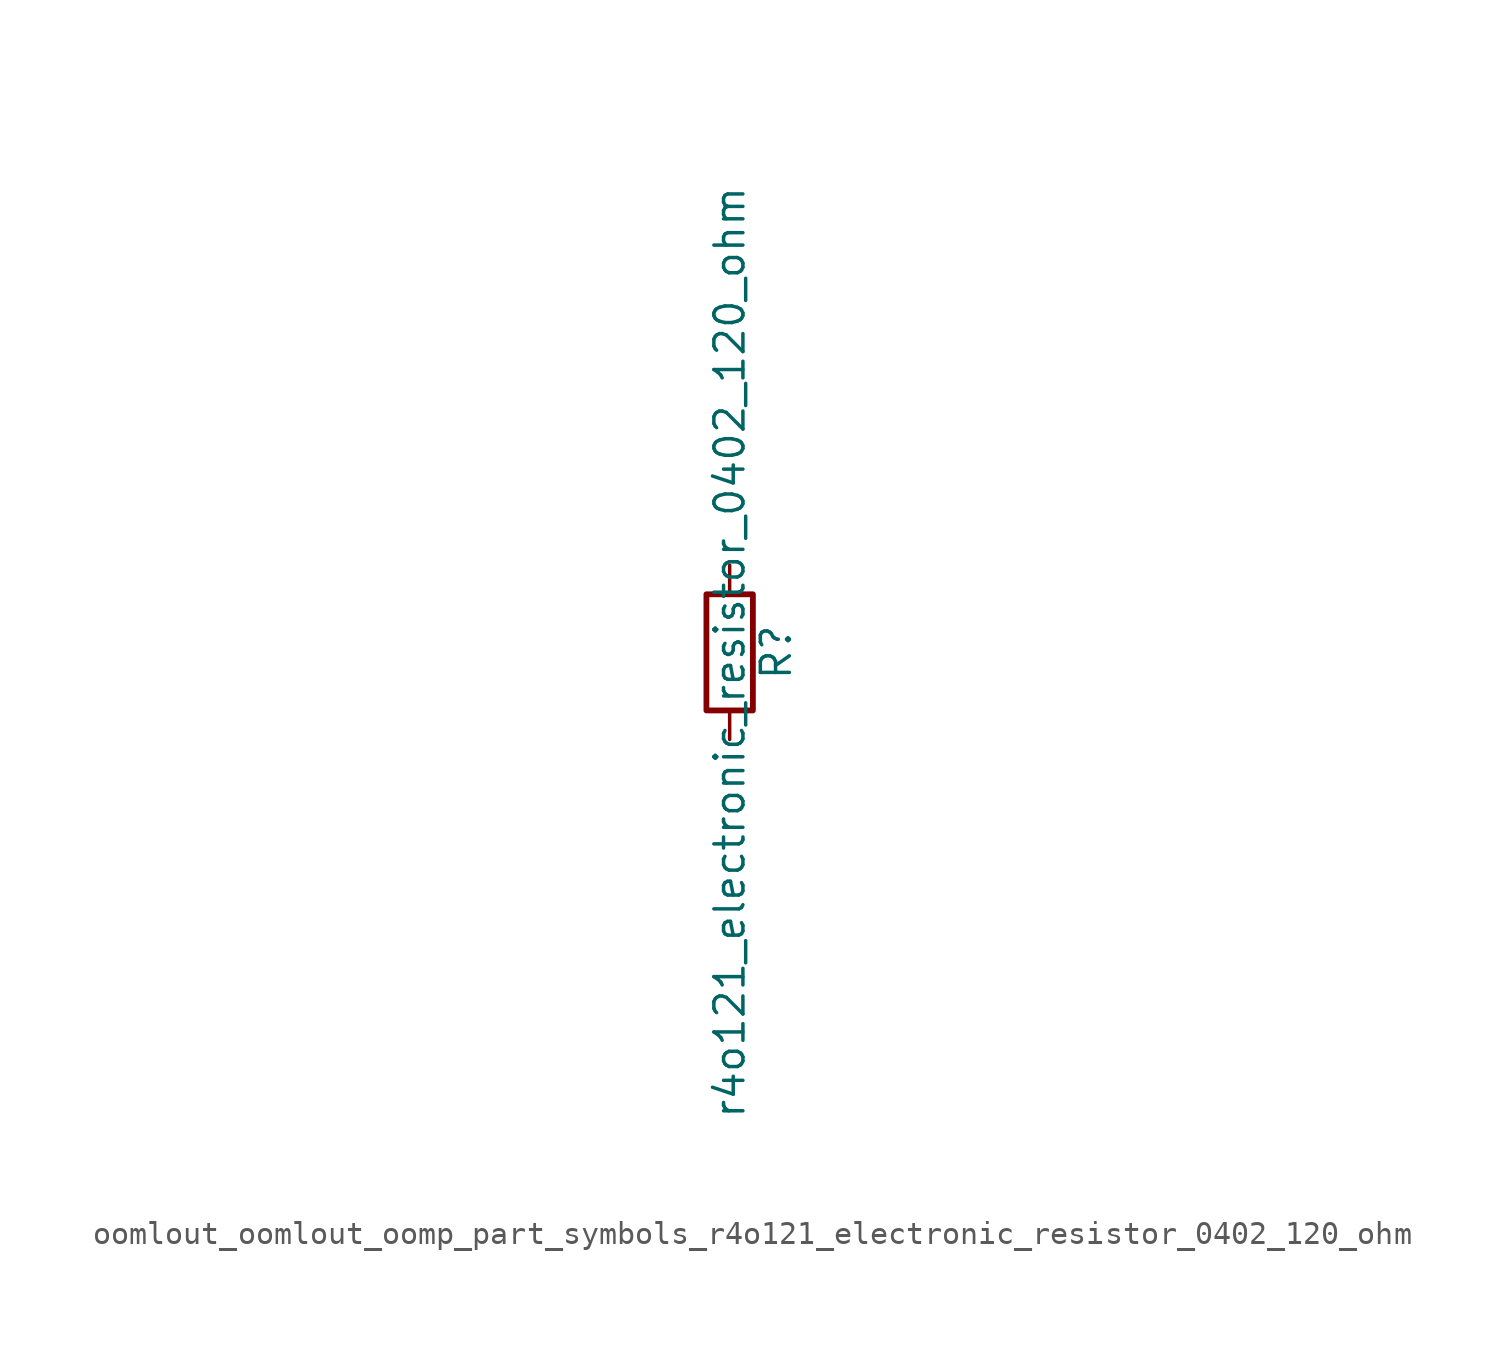
<source format=kicad_sym>
(kicad_symbol_lib
  (version 20220914)
  (generator kicad_symbol_editor)
  (symbol "oomlout_oomlout_oomp_part_symbols_r4o121_electronic_resistor_0402_120_ohm"
    (pin_numbers hide)
    (pin_names
      (offset 0))
    (property "Reference" "R"
      (at 2.032 0 90)
      (effects (font (size 1.27 1.27))))
    (property "Value" "r4o121_electronic_resistor_0402_120_ohm"
      (at 0 0 90)
      (effects (font (size 1.27 1.27))))
    (symbol "oomlout_oomlout_oomp_part_symbols_r4o121_electronic_resistor_0402_120_ohm_0_1"
      (rectangle (start -1.016 -2.54) (end 1.016 2.54) (stroke (width 0.254) (type default)) (fill (type none))))
    (symbol "oomlout_oomlout_oomp_part_symbols_r4o121_electronic_resistor_0402_120_ohm_1_1"
      (pin passive line (at 0 3.81 270) (length 1.27) (name "~" (effects (font (size 1.27 1.27)))) (number "1" (effects (font (size 1.27 1.27)))))
      (pin passive line (at 0 -3.81 90) (length 1.27) (name "~" (effects (font (size 1.27 1.27)))) (number "2" (effects (font (size 1.27 1.27))))))))
</source>
